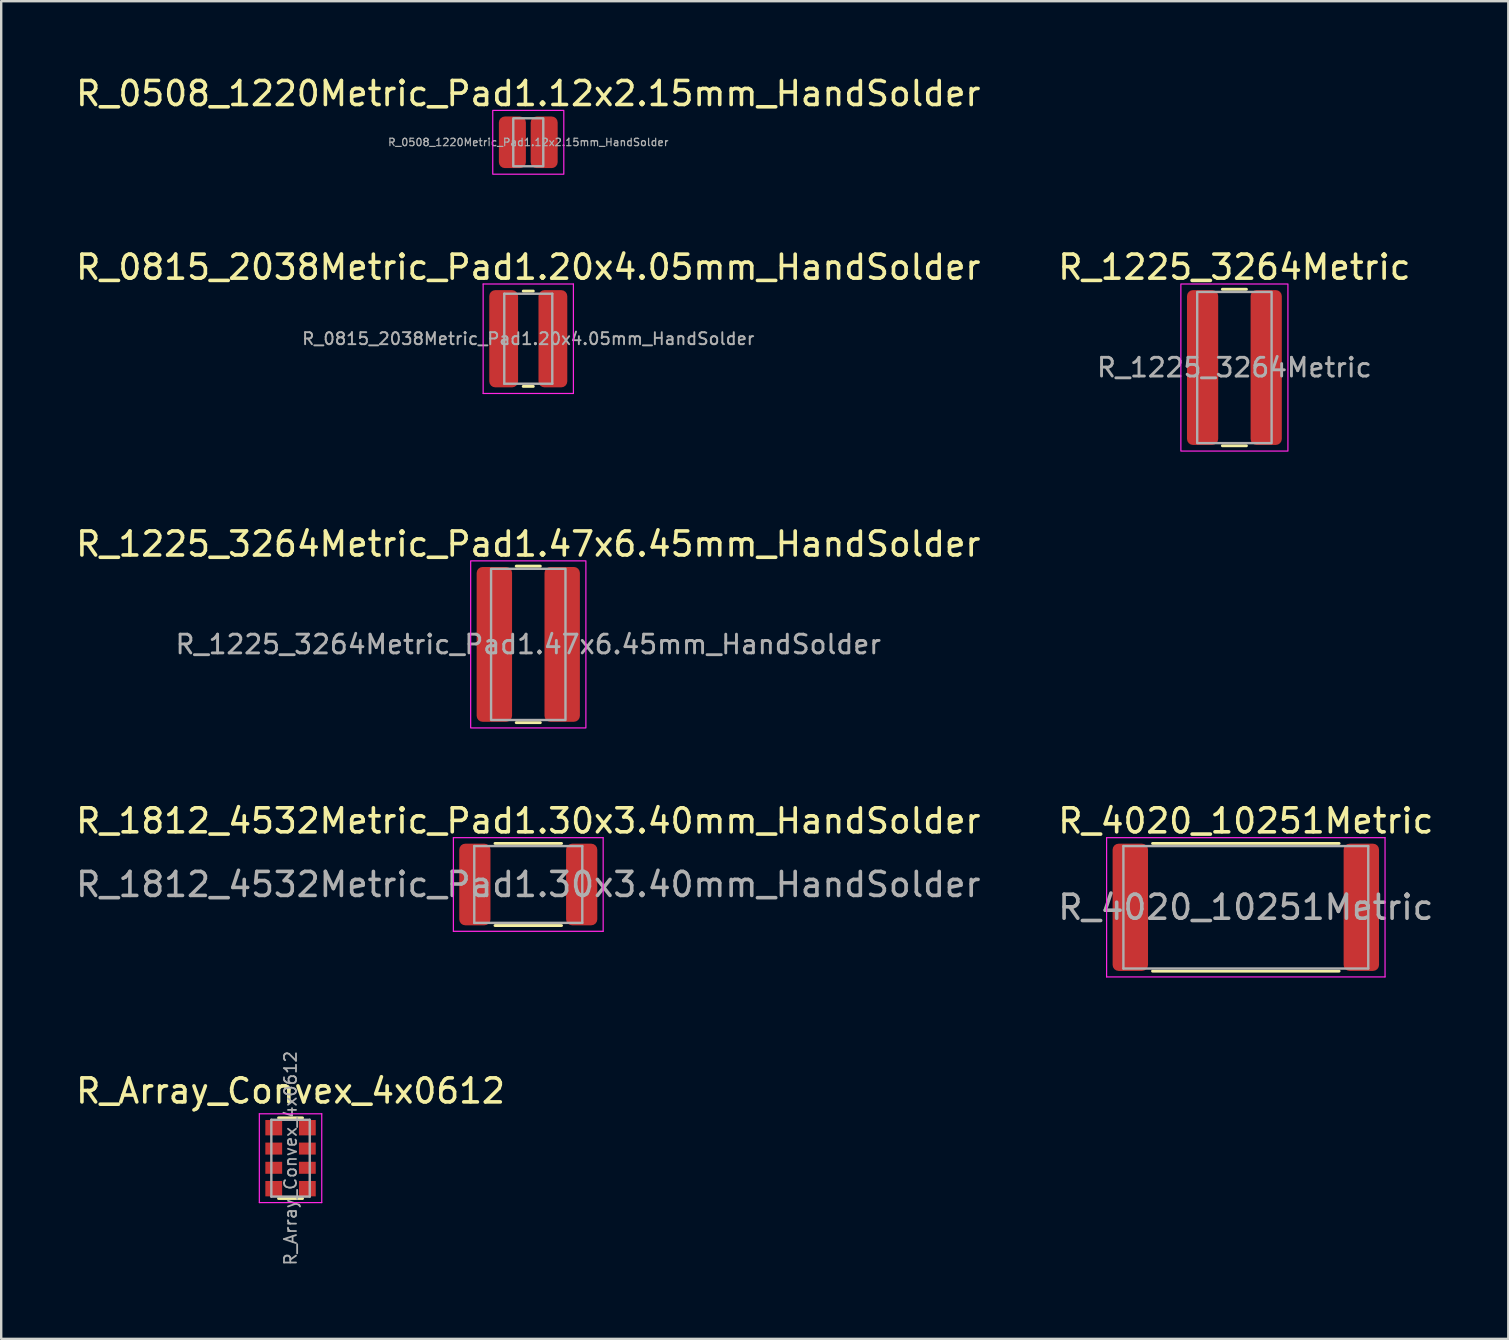
<source format=kicad_pcb>
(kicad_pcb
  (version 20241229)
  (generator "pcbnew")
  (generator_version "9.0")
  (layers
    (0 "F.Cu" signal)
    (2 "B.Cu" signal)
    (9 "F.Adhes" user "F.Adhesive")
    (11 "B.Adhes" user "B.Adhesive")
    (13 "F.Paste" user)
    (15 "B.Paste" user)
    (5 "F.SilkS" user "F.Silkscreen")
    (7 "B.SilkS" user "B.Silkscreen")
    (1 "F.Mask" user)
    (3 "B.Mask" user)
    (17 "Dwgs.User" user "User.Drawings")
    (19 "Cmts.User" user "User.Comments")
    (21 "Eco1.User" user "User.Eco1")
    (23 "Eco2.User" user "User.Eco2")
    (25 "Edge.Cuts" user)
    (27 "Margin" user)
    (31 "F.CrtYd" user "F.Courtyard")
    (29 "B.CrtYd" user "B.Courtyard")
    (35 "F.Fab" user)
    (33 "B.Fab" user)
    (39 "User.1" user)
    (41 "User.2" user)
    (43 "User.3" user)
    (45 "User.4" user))
  (footprint "R_Array_Convex_4x0612"
    (layer "F.Cu")
    (at 9.054 45.2)
    (property "Reference" "R_Array_Convex_4x0612" (at 0 -2.8 0) (layer "F.SilkS") (effects (font (size 1 1) (thickness 0.15))))
    (attr smd)
    (fp_line (start 0.5 -1.68) (end -0.5 -1.68) (stroke (width 0.12) (type solid)) (layer "F.SilkS"))
    (fp_line (start 0.5 1.68) (end -0.5 1.68) (stroke (width 0.12) (type solid)) (layer "F.SilkS"))
    (fp_line (start -1.3 -1.85) (end -1.3 1.85) (stroke (width 0.05) (type solid)) (layer "F.CrtYd"))
    (fp_line (start -1.3 -1.85) (end 1.3 -1.85) (stroke (width 0.05) (type solid)) (layer "F.CrtYd"))
    (fp_line (start 1.3 1.85) (end -1.3 1.85) (stroke (width 0.05) (type solid)) (layer "F.CrtYd"))
    (fp_line (start 1.3 1.85) (end 1.3 -1.85) (stroke (width 0.05) (type solid)) (layer "F.CrtYd"))
    (fp_line (start -0.8 -1.6) (end 0.8 -1.6) (stroke (width 0.1) (type solid)) (layer "F.Fab"))
    (fp_line (start -0.8 1.6) (end -0.8 -1.6) (stroke (width 0.1) (type solid)) (layer "F.Fab"))
    (fp_line (start 0.8 -1.6) (end 0.8 1.6) (stroke (width 0.1) (type solid)) (layer "F.Fab"))
    (fp_line (start 0.8 1.6) (end -0.8 1.6) (stroke (width 0.1) (type solid)) (layer "F.Fab"))
    (fp_text user "${REFERENCE}" (at 0 0 90) (layer "F.Fab") (effects (font (size 0.5 0.5) (thickness 0.075))))
    (pad "1" smd rect (at -0.7 -1.27) (size 0.7 0.64) (layers "F.Cu" "F.Mask" "F.Paste"))
    (pad "2" smd rect (at -0.7 -0.4) (size 0.7 0.5) (layers "F.Cu" "F.Mask" "F.Paste"))
    (pad "3" smd rect (at -0.7 0.4) (size 0.7 0.5) (layers "F.Cu" "F.Mask" "F.Paste"))
    (pad "4" smd rect (at -0.7 1.27) (size 0.7 0.64) (layers "F.Cu" "F.Mask" "F.Paste"))
    (pad "5" smd rect (at 0.7 1.27) (size 0.7 0.64) (layers "F.Cu" "F.Mask" "F.Paste"))
    (pad "6" smd rect (at 0.7 0.4) (size 0.7 0.5) (layers "F.Cu" "F.Mask" "F.Paste"))
    (pad "7" smd rect (at 0.7 -0.4) (size 0.7 0.5) (layers "F.Cu" "F.Mask" "F.Paste"))
    (pad "8" smd rect (at 0.7 -1.27) (size 0.7 0.64) (layers "F.Cu" "F.Mask" "F.Paste")))
  (footprint "R_1812_4532Metric_Pad1.30x3.40mm_HandSolder"
    (layer "F.Cu")
    (at 18.958 33.798)
    (property "Reference" "R_1812_4532Metric_Pad1.30x3.40mm_HandSolder" (at 0 -2.65 0) (layer "F.SilkS") (effects (font (size 1 1) (thickness 0.15))))
    (attr smd)
    (fp_line (start -1.386 -1.71) (end 1.386 -1.71) (stroke (width 0.12) (type solid)) (layer "F.SilkS"))
    (fp_line (start -1.386 1.71) (end 1.386 1.71) (stroke (width 0.12) (type solid)) (layer "F.SilkS"))
    (fp_line (start -3.12 -1.95) (end 3.12 -1.95) (stroke (width 0.05) (type solid)) (layer "F.CrtYd"))
    (fp_line (start -3.12 1.95) (end -3.12 -1.95) (stroke (width 0.05) (type solid)) (layer "F.CrtYd"))
    (fp_line (start 3.12 -1.95) (end 3.12 1.95) (stroke (width 0.05) (type solid)) (layer "F.CrtYd"))
    (fp_line (start 3.12 1.95) (end -3.12 1.95) (stroke (width 0.05) (type solid)) (layer "F.CrtYd"))
    (fp_line (start -2.25 -1.6) (end 2.25 -1.6) (stroke (width 0.1) (type solid)) (layer "F.Fab"))
    (fp_line (start -2.25 1.6) (end -2.25 -1.6) (stroke (width 0.1) (type solid)) (layer "F.Fab"))
    (fp_line (start 2.25 -1.6) (end 2.25 1.6) (stroke (width 0.1) (type solid)) (layer "F.Fab"))
    (fp_line (start 2.25 1.6) (end -2.25 1.6) (stroke (width 0.1) (type solid)) (layer "F.Fab"))
    (fp_text user "${REFERENCE}" (at 0 0 0) (layer "F.Fab") (effects (font (size 1 1) (thickness 0.15))))
    (pad "1" smd roundrect (at -2.225 0) (size 1.3 3.4) (layers "F.Cu" "F.Mask" "F.Paste") (roundrect_rratio 0.192))
    (pad "2" smd roundrect (at 2.225 0) (size 1.3 3.4) (layers "F.Cu" "F.Mask" "F.Paste") (roundrect_rratio 0.192)))
  (footprint "R_1225_3264Metric_Pad1.47x6.45mm_HandSolder"
    (layer "F.Cu")
    (at 18.958 23.795)
    (property "Reference" "R_1225_3264Metric_Pad1.47x6.45mm_HandSolder" (at 0 -4.18 0) (layer "F.SilkS") (effects (font (size 1 1) (thickness 0.15))))
    (attr smd)
    (fp_line (start -0.502 -3.26) (end 0.502 -3.26) (stroke (width 0.12) (type solid)) (layer "F.SilkS"))
    (fp_line (start -0.502 3.26) (end 0.502 3.26) (stroke (width 0.12) (type solid)) (layer "F.SilkS"))
    (fp_rect (start -2.4 -3.48) (end 2.4 3.48) (stroke (width 0.05) (type solid)) (fill no) (layer "F.CrtYd"))
    (fp_rect (start -1.55 -3.15) (end 1.55 3.15) (stroke (width 0.1) (type solid)) (fill no) (layer "F.Fab"))
    (fp_text user "${REFERENCE}" (at 0 0 0) (layer "F.Fab") (effects (font (size 0.78 0.78) (thickness 0.12))))
    (pad "1" smd roundrect (at -1.413 0) (size 1.475 6.45) (layers "F.Cu" "F.Mask" "F.Paste") (roundrect_rratio 0.169))
    (pad "2" smd roundrect (at 1.413 0) (size 1.475 6.45) (layers "F.Cu" "F.Mask" "F.Paste") (roundrect_rratio 0.169)))
  (footprint "R_0508_1220Metric_Pad1.12x2.15mm_HandSolder"
    (layer "F.Cu")
    (at 18.958 2.878)
    (property "Reference" "R_0508_1220Metric_Pad1.12x2.15mm_HandSolder" (at 0 -2.03 0) (layer "F.SilkS") (effects (font (size 1 1) (thickness 0.15))))
    (attr smd)
    (fp_rect (start -1.48 -1.33) (end 1.48 1.33) (stroke (width 0.05) (type solid)) (fill no) (layer "F.CrtYd"))
    (fp_rect (start -0.625 -1) (end 0.625 1) (stroke (width 0.1) (type solid)) (fill no) (layer "F.Fab"))
    (fp_text user "${REFERENCE}" (at 0 0 0) (layer "F.Fab") (effects (font (size 0.31 0.31) (thickness 0.05))))
    (pad "1" smd roundrect (at -0.662 0) (size 1.125 2.15) (layers "F.Cu" "F.Mask" "F.Paste") (roundrect_rratio 0.222))
    (pad "2" smd roundrect (at 0.662 0) (size 1.125 2.15) (layers "F.Cu" "F.Mask" "F.Paste") (roundrect_rratio 0.222)))
  (footprint "R_1225_3264Metric"
    (layer "F.Cu")
    (at 48.375 12.261)
    (property "Reference" "R_1225_3264Metric" (at 0 -4.18 0) (layer "F.SilkS") (effects (font (size 1 1) (thickness 0.15))))
    (attr smd)
    (fp_line (start -0.502 -3.26) (end 0.502 -3.26) (stroke (width 0.12) (type solid)) (layer "F.SilkS"))
    (fp_line (start -0.502 3.26) (end 0.502 3.26) (stroke (width 0.12) (type solid)) (layer "F.SilkS"))
    (fp_rect (start -2.23 -3.48) (end 2.23 3.48) (stroke (width 0.05) (type solid)) (fill no) (layer "F.CrtYd"))
    (fp_rect (start -1.55 -3.15) (end 1.55 3.15) (stroke (width 0.1) (type solid)) (fill no) (layer "F.Fab"))
    (fp_text user "${REFERENCE}" (at 0 0 0) (layer "F.Fab") (effects (font (size 0.78 0.78) (thickness 0.12))))
    (pad "1" smd roundrect (at -1.325 0) (size 1.3 6.45) (layers "F.Cu" "F.Mask" "F.Paste") (roundrect_rratio 0.192))
    (pad "2" smd roundrect (at 1.325 0) (size 1.3 6.45) (layers "F.Cu" "F.Mask" "F.Paste") (roundrect_rratio 0.192)))
  (footprint "R_4020_10251Metric"
    (layer "F.Cu")
    (at 48.851 34.748)
    (property "Reference" "R_4020_10251Metric" (at 0 -3.6 0) (layer "F.SilkS") (effects (font (size 1 1) (thickness 0.15))))
    (attr smd)
    (fp_line (start -3.886 -2.66) (end 3.886 -2.66) (stroke (width 0.12) (type solid)) (layer "F.SilkS"))
    (fp_line (start -3.886 2.66) (end 3.886 2.66) (stroke (width 0.12) (type solid)) (layer "F.SilkS"))
    (fp_line (start -5.8 -2.9) (end 5.8 -2.9) (stroke (width 0.05) (type solid)) (layer "F.CrtYd"))
    (fp_line (start -5.8 2.9) (end -5.8 -2.9) (stroke (width 0.05) (type solid)) (layer "F.CrtYd"))
    (fp_line (start 5.8 -2.9) (end 5.8 2.9) (stroke (width 0.05) (type solid)) (layer "F.CrtYd"))
    (fp_line (start 5.8 2.9) (end -5.8 2.9) (stroke (width 0.05) (type solid)) (layer "F.CrtYd"))
    (fp_line (start -5.1 -2.55) (end 5.1 -2.55) (stroke (width 0.1) (type solid)) (layer "F.Fab"))
    (fp_line (start -5.1 2.55) (end -5.1 -2.55) (stroke (width 0.1) (type solid)) (layer "F.Fab"))
    (fp_line (start 5.1 -2.55) (end 5.1 2.55) (stroke (width 0.1) (type solid)) (layer "F.Fab"))
    (fp_line (start 5.1 2.55) (end -5.1 2.55) (stroke (width 0.1) (type solid)) (layer "F.Fab"))
    (fp_text user "${REFERENCE}" (at 0 0 0) (layer "F.Fab") (effects (font (size 1 1) (thickness 0.15))))
    (pad "1" smd roundrect (at -4.812 0) (size 1.475 5.3) (layers "F.Cu" "F.Mask" "F.Paste") (roundrect_rratio 0.169))
    (pad "2" smd roundrect (at 4.812 0) (size 1.475 5.3) (layers "F.Cu" "F.Mask" "F.Paste") (roundrect_rratio 0.169)))
  (footprint "R_0815_2038Metric_Pad1.20x4.05mm_HandSolder"
    (layer "F.Cu")
    (at 18.958 11.062)
    (property "Reference" "R_0815_2038Metric_Pad1.20x4.05mm_HandSolder" (at 0 -2.98 0) (layer "F.SilkS") (effects (font (size 1 1) (thickness 0.15))))
    (attr smd)
    (fp_line (start -0.21 -1.985) (end 0.21 -1.985) (stroke (width 0.12) (type solid)) (layer "F.SilkS"))
    (fp_line (start -0.21 1.985) (end 0.21 1.985) (stroke (width 0.12) (type solid)) (layer "F.SilkS"))
    (fp_line (start -1.88 -2.28) (end 1.88 -2.28) (stroke (width 0.05) (type solid)) (layer "F.CrtYd"))
    (fp_line (start -1.88 2.28) (end -1.88 -2.28) (stroke (width 0.05) (type solid)) (layer "F.CrtYd"))
    (fp_line (start 1.88 -2.28) (end 1.88 2.28) (stroke (width 0.05) (type solid)) (layer "F.CrtYd"))
    (fp_line (start 1.88 2.28) (end -1.88 2.28) (stroke (width 0.05) (type solid)) (layer "F.CrtYd"))
    (fp_line (start -1 -1.875) (end 1 -1.875) (stroke (width 0.1) (type solid)) (layer "F.Fab"))
    (fp_line (start -1 1.875) (end -1 -1.875) (stroke (width 0.1) (type solid)) (layer "F.Fab"))
    (fp_line (start 1 -1.875) (end 1 1.875) (stroke (width 0.1) (type solid)) (layer "F.Fab"))
    (fp_line (start 1 1.875) (end -1 1.875) (stroke (width 0.1) (type solid)) (layer "F.Fab"))
    (fp_text user "${REFERENCE}" (at 0 0 0) (layer "F.Fab") (effects (font (size 0.5 0.5) (thickness 0.08))))
    (pad "1" smd roundrect (at -1.025 0) (size 1.2 4.05) (layers "F.Cu" "F.Mask" "F.Paste") (roundrect_rratio 0.208))
    (pad "2" smd roundrect (at 1.025 0) (size 1.2 4.05) (layers "F.Cu" "F.Mask" "F.Paste") (roundrect_rratio 0.208)))
  (gr_rect
    (start -3 -3)
    (end 59.786 52.727)
    (stroke (width 0.1) (type default))
    (fill no)
    (layer "Edge.Cuts")))
</source>
